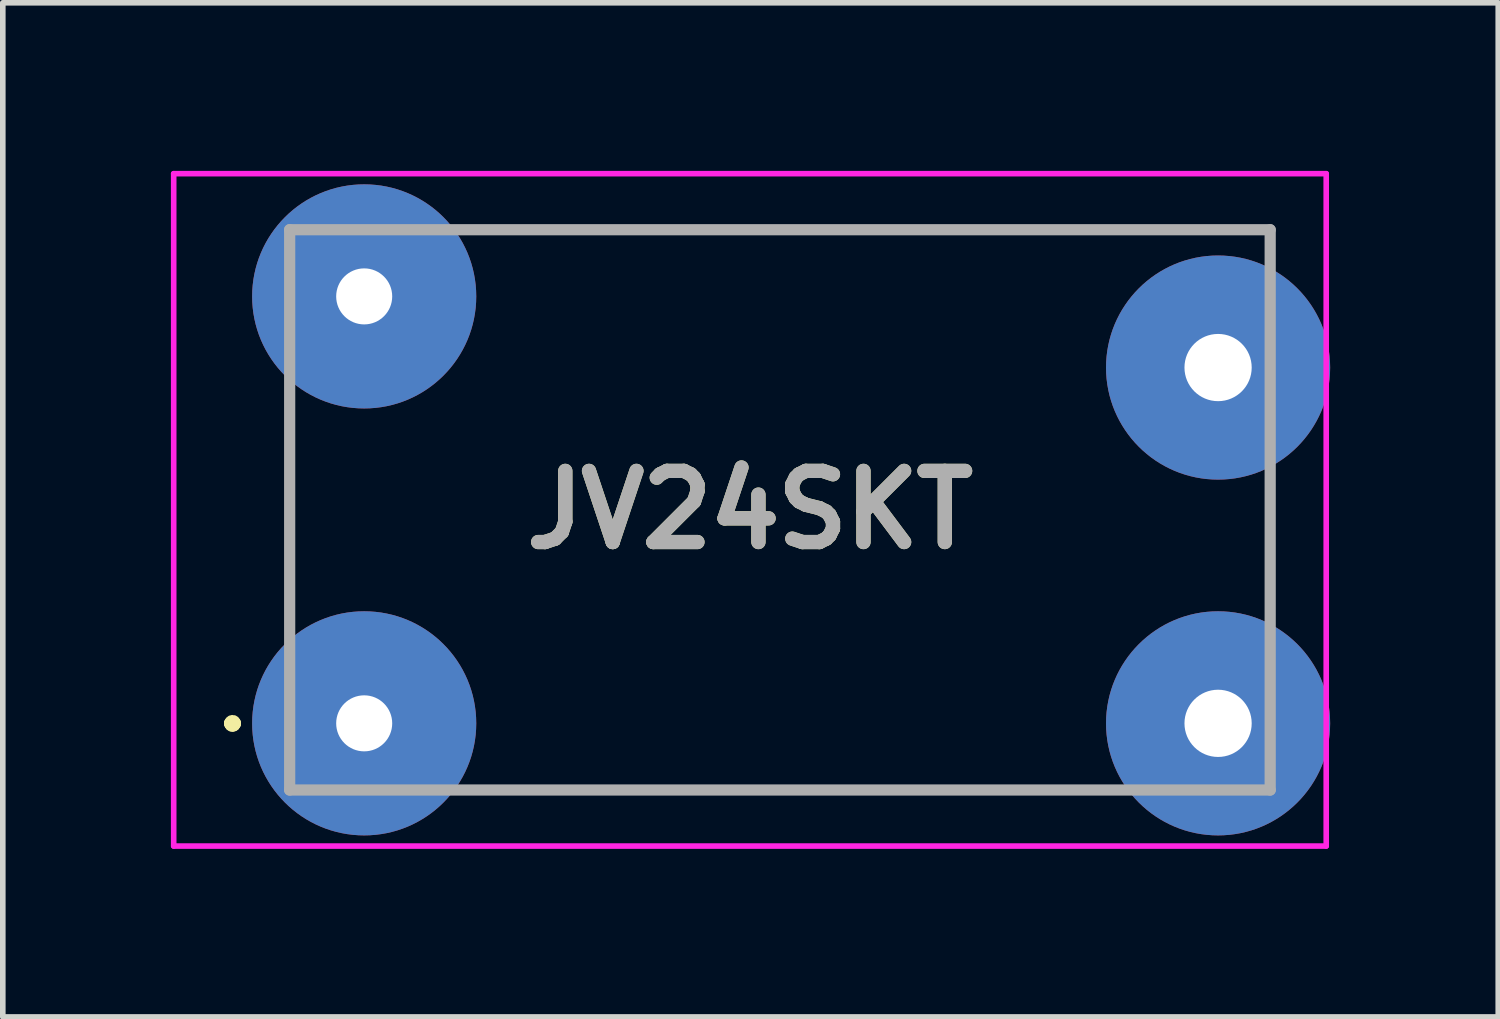
<source format=kicad_pcb>
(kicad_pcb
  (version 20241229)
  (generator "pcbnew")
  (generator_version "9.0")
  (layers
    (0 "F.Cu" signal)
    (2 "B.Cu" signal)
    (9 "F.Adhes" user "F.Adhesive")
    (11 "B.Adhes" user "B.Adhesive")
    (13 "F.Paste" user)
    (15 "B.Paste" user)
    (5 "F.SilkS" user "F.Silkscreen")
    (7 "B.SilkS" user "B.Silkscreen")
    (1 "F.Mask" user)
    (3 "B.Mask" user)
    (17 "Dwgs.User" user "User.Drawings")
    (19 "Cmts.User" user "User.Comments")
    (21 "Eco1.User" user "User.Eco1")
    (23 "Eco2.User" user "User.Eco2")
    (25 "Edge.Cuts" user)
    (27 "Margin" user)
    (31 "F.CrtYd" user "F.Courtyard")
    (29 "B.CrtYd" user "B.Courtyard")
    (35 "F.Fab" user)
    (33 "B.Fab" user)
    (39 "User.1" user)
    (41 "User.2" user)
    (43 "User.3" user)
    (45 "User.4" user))
  (footprint "JV24SKT"
    (layer "F.Cu")
    (at 3.45 9.86)
    (property "Reference" "JV24SKT" (at 6.885 -3.81 0) (layer "F.SilkS") (effects (font (size 1.27 1.27) (thickness 0.254))))
    (attr through_hole)
    (fp_line (start -2.4 0) (end -2.4 0) (stroke (width 0.2) (type solid)) (layer "F.SilkS"))
    (fp_line (start -2.4 0) (end -2.4 0) (stroke (width 0.2) (type solid)) (layer "F.SilkS"))
    (fp_line (start -2.3 0) (end -2.3 0) (stroke (width 0.2) (type solid)) (layer "F.SilkS"))
    (fp_line (start -1.33 -8.81) (end -1.33 -8.81) (stroke (width 0.1) (type solid)) (layer "F.SilkS"))
    (fp_line (start -1.33 -8.81) (end -1.33 1.19) (stroke (width 0.1) (type solid)) (layer "F.SilkS"))
    (fp_line (start -1.33 1.19) (end -1.33 -8.81) (stroke (width 0.1) (type solid)) (layer "F.SilkS"))
    (fp_line (start -1.33 1.19) (end -1.33 1.19) (stroke (width 0.1) (type solid)) (layer "F.SilkS"))
    (fp_line (start -1.25 -8.81) (end -1.25 -8.81) (stroke (width 0.1) (type solid)) (layer "F.SilkS"))
    (fp_line (start -1.25 -8.81) (end 16.17 -8.81) (stroke (width 0.1) (type solid)) (layer "F.SilkS"))
    (fp_line (start -1.25 1.19) (end -1.25 1.19) (stroke (width 0.1) (type solid)) (layer "F.SilkS"))
    (fp_line (start -1.25 1.19) (end 16 1.19) (stroke (width 0.1) (type solid)) (layer "F.SilkS"))
    (fp_line (start 16 1.19) (end -1.25 1.19) (stroke (width 0.1) (type solid)) (layer "F.SilkS"))
    (fp_line (start 16 1.19) (end 16 1.19) (stroke (width 0.1) (type solid)) (layer "F.SilkS"))
    (fp_line (start 16.17 -8.81) (end -1.25 -8.81) (stroke (width 0.1) (type solid)) (layer "F.SilkS"))
    (fp_line (start 16.17 -8.81) (end 16.17 -8.81) (stroke (width 0.1) (type solid)) (layer "F.SilkS"))
    (fp_line (start 16.17 -4.5) (end 16.17 -4.5) (stroke (width 0.1) (type solid)) (layer "F.SilkS"))
    (fp_line (start 16.17 -4.5) (end 16.17 -1.5) (stroke (width 0.1) (type solid)) (layer "F.SilkS"))
    (fp_line (start 16.17 -1.5) (end 16.17 -4.5) (stroke (width 0.1) (type solid)) (layer "F.SilkS"))
    (fp_line (start 16.17 -1.5) (end 16.17 -1.5) (stroke (width 0.1) (type solid)) (layer "F.SilkS"))
    (fp_arc (start -2.4 0) (mid -2.35 -0.05) (end -2.3 0) (stroke (width 0.2) (type solid)) (layer "F.SilkS"))
    (fp_arc (start -2.3 0) (mid -2.35 0.05) (end -2.4 0) (stroke (width 0.2) (type solid)) (layer "F.SilkS"))
    (fp_arc (start -2.3 0) (mid -2.35 0.05) (end -2.4 0) (stroke (width 0.2) (type solid)) (layer "F.SilkS"))
    (fp_line (start -3.4 -9.81) (end -3.4 2.19) (stroke (width 0.1) (type solid)) (layer "F.CrtYd"))
    (fp_line (start -3.4 2.19) (end 17.17 2.19) (stroke (width 0.1) (type solid)) (layer "F.CrtYd"))
    (fp_line (start 17.17 -9.81) (end -3.4 -9.81) (stroke (width 0.1) (type solid)) (layer "F.CrtYd"))
    (fp_line (start 17.17 2.19) (end 17.17 -9.81) (stroke (width 0.1) (type solid)) (layer "F.CrtYd"))
    (fp_line (start -1.33 -8.81) (end 16.17 -8.81) (stroke (width 0.2) (type solid)) (layer "F.Fab"))
    (fp_line (start -1.33 1.19) (end -1.33 -8.81) (stroke (width 0.2) (type solid)) (layer "F.Fab"))
    (fp_line (start 16.17 -8.81) (end 16.17 1.19) (stroke (width 0.2) (type solid)) (layer "F.Fab"))
    (fp_line (start 16.17 1.19) (end -1.33 1.19) (stroke (width 0.2) (type solid)) (layer "F.Fab"))
    (fp_text user "${REFERENCE}" (at 6.885 -3.81 0) (layer "F.Fab") (effects (font (size 1.27 1.27) (thickness 0.254))))
    (pad "1" thru_hole circle (at 0 0) (size 4 4) (drill 1) (layers "*.Cu" "*.Mask"))
    (pad "2" thru_hole circle (at 15.24 0) (size 4 4) (drill 1.2) (layers "*.Cu" "*.Mask"))
    (pad "3" thru_hole circle (at 15.24 -6.35) (size 4 4) (drill 1.2) (layers "*.Cu" "*.Mask"))
    (pad "4" thru_hole circle (at 0 -7.62) (size 4 4) (drill 1) (layers "*.Cu" "*.Mask")))
  (gr_rect
    (start -3 -3)
    (end 23.69 15.1)
    (stroke (width 0.1) (type default))
    (fill no)
    (layer "Edge.Cuts")))
</source>
